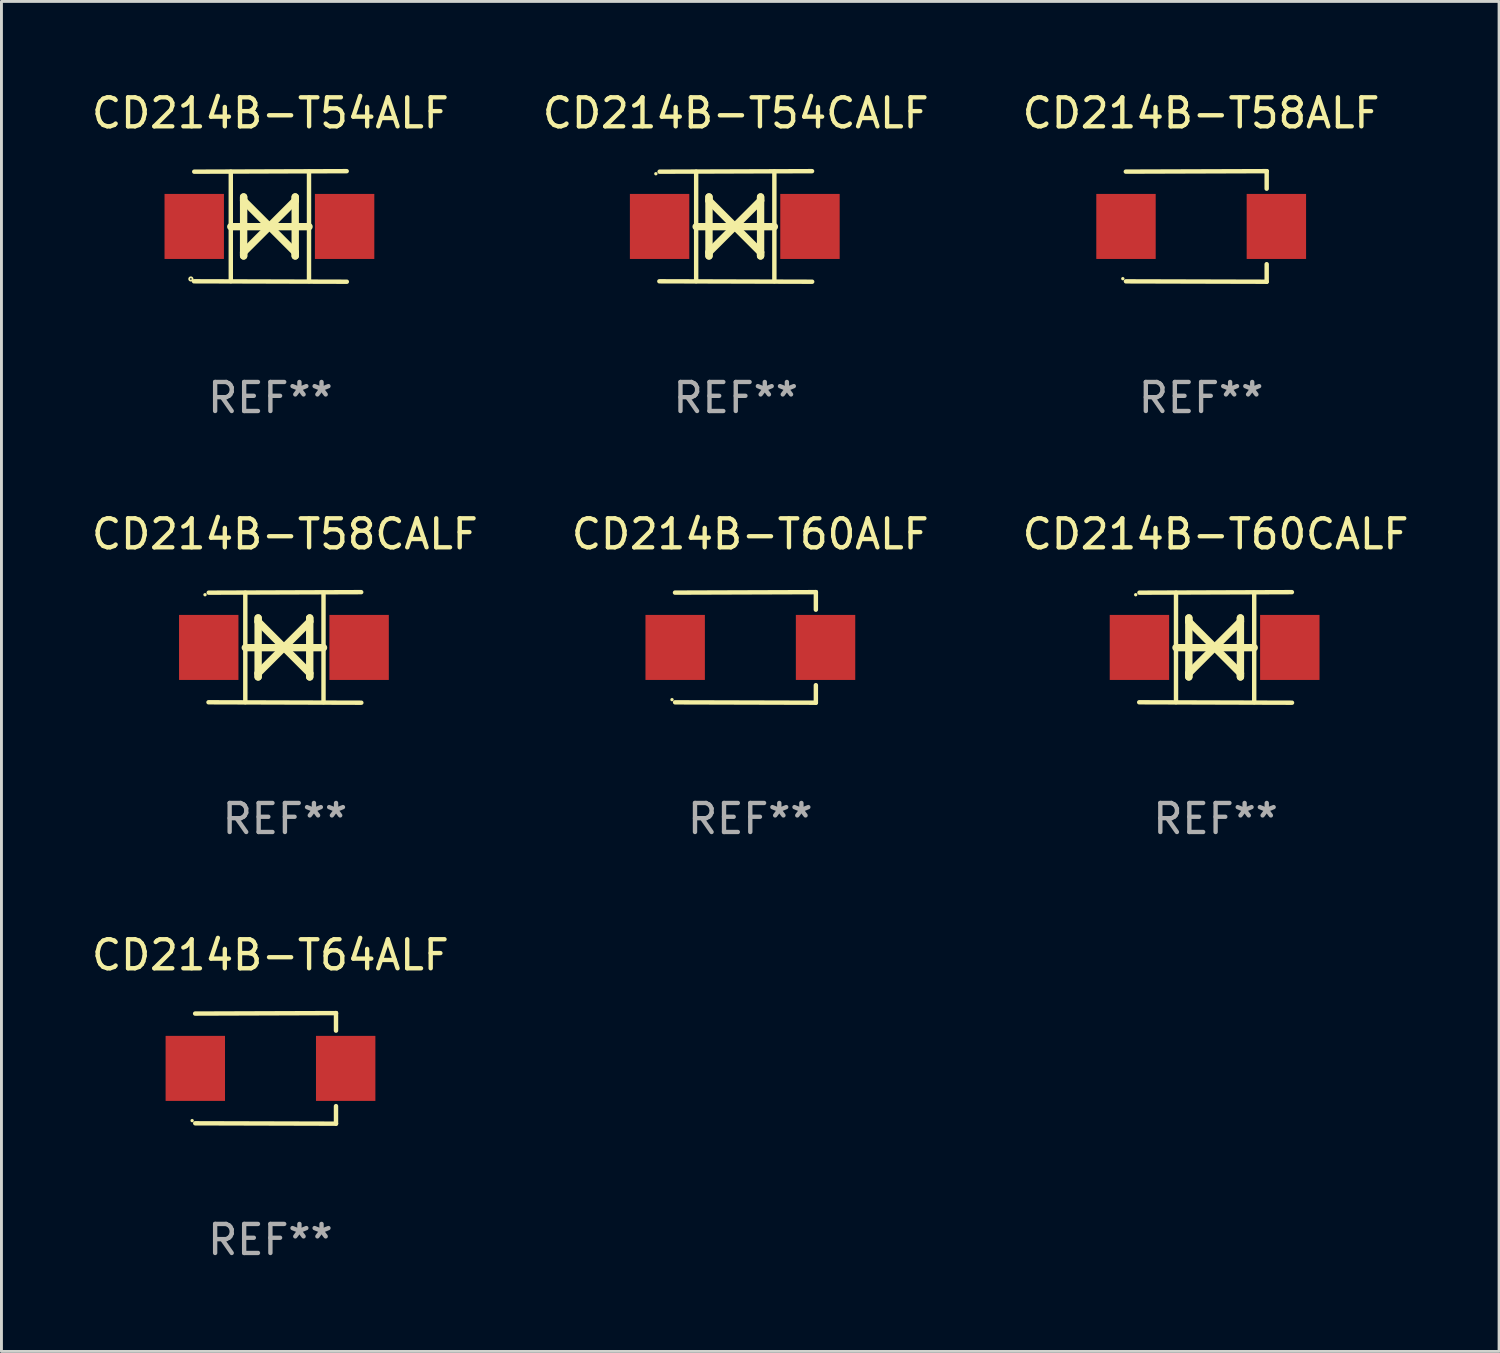
<source format=kicad_pcb>
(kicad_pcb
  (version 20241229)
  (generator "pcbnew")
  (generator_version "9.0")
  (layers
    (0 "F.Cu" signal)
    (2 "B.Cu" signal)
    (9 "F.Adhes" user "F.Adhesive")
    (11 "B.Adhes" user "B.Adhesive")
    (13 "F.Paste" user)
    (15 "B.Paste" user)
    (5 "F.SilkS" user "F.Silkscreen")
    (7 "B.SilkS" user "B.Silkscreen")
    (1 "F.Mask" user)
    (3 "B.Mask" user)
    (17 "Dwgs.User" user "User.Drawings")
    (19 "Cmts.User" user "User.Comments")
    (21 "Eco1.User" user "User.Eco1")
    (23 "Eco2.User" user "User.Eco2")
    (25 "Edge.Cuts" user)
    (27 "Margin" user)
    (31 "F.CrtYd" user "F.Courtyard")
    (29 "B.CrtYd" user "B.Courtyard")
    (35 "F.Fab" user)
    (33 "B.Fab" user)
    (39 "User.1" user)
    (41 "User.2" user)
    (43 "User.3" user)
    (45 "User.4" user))
  (footprint "CD214B-T54CALF"
    (layer "F.Cu")
    (at 22.304 4.753)
    (property "Reference" "CD214B-T54CALF" (at 0 -3.905 0) (layer "F.SilkS") (effects (font (size 1 1) (thickness 0.15))))
    (attr through_hole)
    (fp_line (start -1.365 1.886) (end -1.365 -1.886) (stroke (width 0.152) (type solid)) (layer "F.SilkS"))
    (fp_line (start -1.365 0.008) (end 1.33 0.008) (stroke (width 0.254) (type solid)) (layer "F.SilkS"))
    (fp_line (start -0.923 -1.016) (end -0.923 1.016) (stroke (width 0.254) (type solid)) (layer "F.SilkS"))
    (fp_line (start -0.923 -0.889) (end -0.923 -1.016) (stroke (width 0.254) (type solid)) (layer "F.SilkS"))
    (fp_line (start -0.923 0.889) (end -0.034 0) (stroke (width 0.254) (type solid)) (layer "F.SilkS"))
    (fp_line (start -0.923 1.016) (end -0.923 0.889) (stroke (width 0.254) (type solid)) (layer "F.SilkS"))
    (fp_line (start -0.034 0) (end -0.923 -0.889) (stroke (width 0.254) (type solid)) (layer "F.SilkS"))
    (fp_line (start -0.034 0) (end 0.855 0.889) (stroke (width 0.254) (type solid)) (layer "F.SilkS"))
    (fp_line (start 0.855 -1.016) (end 0.855 -0.889) (stroke (width 0.254) (type solid)) (layer "F.SilkS"))
    (fp_line (start 0.855 -0.889) (end -0.034 0) (stroke (width 0.254) (type solid)) (layer "F.SilkS"))
    (fp_line (start 0.855 0.889) (end 0.855 1.016) (stroke (width 0.254) (type solid)) (layer "F.SilkS"))
    (fp_line (start 0.855 1.016) (end 0.855 -1.016) (stroke (width 0.254) (type solid)) (layer "F.SilkS"))
    (fp_line (start 1.33 1.886) (end 1.33 -1.886) (stroke (width 0.152) (type solid)) (layer "F.SilkS"))
    (fp_line (start 2.629 -1.905) (end -2.625 -1.887) (stroke (width 0.152) (type solid)) (layer "F.SilkS"))
    (fp_line (start 2.633 1.905) (end -2.633 1.89) (stroke (width 0.152) (type solid)) (layer "F.SilkS"))
    (fp_circle (center -2.753 -1.816) (end -2.723 -1.816) (stroke (width 0.06) (type solid)) (fill no) (layer "F.SilkS"))
    (fp_text user "REF**" (at 0 5.905 0) (layer "F.Fab") (effects (font (size 1 1) (thickness 0.15))))
    (pad "1" smd rect (at -2.625 0) (size 2.047 2.241) (layers "F.Cu" "F.Mask" "F.Paste"))
    (pad "2" smd rect (at 2.557 0) (size 2.047 2.241) (layers "F.Cu" "F.Mask" "F.Paste")))
  (footprint "CD214B-T64ALF"
    (layer "F.Cu")
    (at 6.268 33.766)
    (property "Reference" "CD214B-T64ALF" (at 0 -3.905 0) (layer "F.SilkS") (effects (font (size 1 1) (thickness 0.15))))
    (attr through_hole)
    (fp_line (start 2.256 -1.905) (end -2.594 -1.889) (stroke (width 0.152) (type solid)) (layer "F.SilkS"))
    (fp_line (start 2.256 -1.905) (end 2.26 -1.905) (stroke (width 0.152) (type solid)) (layer "F.SilkS"))
    (fp_line (start 2.26 -1.905) (end 2.26 -1.301) (stroke (width 0.152) (type solid)) (layer "F.SilkS"))
    (fp_line (start 2.26 1.301) (end 2.26 1.905) (stroke (width 0.152) (type solid)) (layer "F.SilkS"))
    (fp_line (start 2.26 1.905) (end -2.59 1.892) (stroke (width 0.152) (type solid)) (layer "F.SilkS"))
    (fp_circle (center -2.697 1.8) (end -2.667 1.8) (stroke (width 0.06) (type solid)) (fill no) (layer "F.SilkS"))
    (fp_text user "REF**" (at 0 5.905 0) (layer "F.Fab") (effects (font (size 1 1) (thickness 0.15))))
    (pad "1" smd rect (at -2.588 0) (size 2.047 2.241) (layers "F.Cu" "F.Mask" "F.Paste"))
    (pad "2" smd rect (at 2.594 0) (size 2.047 2.241) (layers "F.Cu" "F.Mask" "F.Paste")))
  (footprint "CD214B-T58CALF"
    (layer "F.Cu")
    (at 6.768 19.26)
    (property "Reference" "CD214B-T58CALF" (at 0 -3.905 0) (layer "F.SilkS") (effects (font (size 1 1) (thickness 0.15))))
    (attr through_hole)
    (fp_line (start -1.365 1.886) (end -1.365 -1.886) (stroke (width 0.152) (type solid)) (layer "F.SilkS"))
    (fp_line (start -1.365 0.008) (end 1.33 0.008) (stroke (width 0.254) (type solid)) (layer "F.SilkS"))
    (fp_line (start -0.923 -1.016) (end -0.923 1.016) (stroke (width 0.254) (type solid)) (layer "F.SilkS"))
    (fp_line (start -0.923 -0.889) (end -0.923 -1.016) (stroke (width 0.254) (type solid)) (layer "F.SilkS"))
    (fp_line (start -0.923 0.889) (end -0.034 0) (stroke (width 0.254) (type solid)) (layer "F.SilkS"))
    (fp_line (start -0.923 1.016) (end -0.923 0.889) (stroke (width 0.254) (type solid)) (layer "F.SilkS"))
    (fp_line (start -0.034 0) (end -0.923 -0.889) (stroke (width 0.254) (type solid)) (layer "F.SilkS"))
    (fp_line (start -0.034 0) (end 0.855 0.889) (stroke (width 0.254) (type solid)) (layer "F.SilkS"))
    (fp_line (start 0.855 -1.016) (end 0.855 -0.889) (stroke (width 0.254) (type solid)) (layer "F.SilkS"))
    (fp_line (start 0.855 -0.889) (end -0.034 0) (stroke (width 0.254) (type solid)) (layer "F.SilkS"))
    (fp_line (start 0.855 0.889) (end 0.855 1.016) (stroke (width 0.254) (type solid)) (layer "F.SilkS"))
    (fp_line (start 0.855 1.016) (end 0.855 -1.016) (stroke (width 0.254) (type solid)) (layer "F.SilkS"))
    (fp_line (start 1.33 1.886) (end 1.33 -1.886) (stroke (width 0.152) (type solid)) (layer "F.SilkS"))
    (fp_line (start 2.629 -1.905) (end -2.625 -1.887) (stroke (width 0.152) (type solid)) (layer "F.SilkS"))
    (fp_line (start 2.633 1.905) (end -2.633 1.89) (stroke (width 0.152) (type solid)) (layer "F.SilkS"))
    (fp_circle (center -2.753 -1.816) (end -2.723 -1.816) (stroke (width 0.06) (type solid)) (fill no) (layer "F.SilkS"))
    (fp_text user "REF**" (at 0 5.905 0) (layer "F.Fab") (effects (font (size 1 1) (thickness 0.15))))
    (pad "1" smd rect (at -2.625 0) (size 2.047 2.241) (layers "F.Cu" "F.Mask" "F.Paste"))
    (pad "2" smd rect (at 2.557 0) (size 2.047 2.241) (layers "F.Cu" "F.Mask" "F.Paste")))
  (footprint "CD214B-T60CALF"
    (layer "F.Cu")
    (at 38.839 19.26)
    (property "Reference" "CD214B-T60CALF" (at 0 -3.905 0) (layer "F.SilkS") (effects (font (size 1 1) (thickness 0.15))))
    (attr through_hole)
    (fp_line (start -1.365 1.886) (end -1.365 -1.886) (stroke (width 0.152) (type solid)) (layer "F.SilkS"))
    (fp_line (start -1.365 0.008) (end 1.33 0.008) (stroke (width 0.254) (type solid)) (layer "F.SilkS"))
    (fp_line (start -0.923 -1.016) (end -0.923 1.016) (stroke (width 0.254) (type solid)) (layer "F.SilkS"))
    (fp_line (start -0.923 -0.889) (end -0.923 -1.016) (stroke (width 0.254) (type solid)) (layer "F.SilkS"))
    (fp_line (start -0.923 0.889) (end -0.034 0) (stroke (width 0.254) (type solid)) (layer "F.SilkS"))
    (fp_line (start -0.923 1.016) (end -0.923 0.889) (stroke (width 0.254) (type solid)) (layer "F.SilkS"))
    (fp_line (start -0.034 0) (end -0.923 -0.889) (stroke (width 0.254) (type solid)) (layer "F.SilkS"))
    (fp_line (start -0.034 0) (end 0.855 0.889) (stroke (width 0.254) (type solid)) (layer "F.SilkS"))
    (fp_line (start 0.855 -1.016) (end 0.855 -0.889) (stroke (width 0.254) (type solid)) (layer "F.SilkS"))
    (fp_line (start 0.855 -0.889) (end -0.034 0) (stroke (width 0.254) (type solid)) (layer "F.SilkS"))
    (fp_line (start 0.855 0.889) (end 0.855 1.016) (stroke (width 0.254) (type solid)) (layer "F.SilkS"))
    (fp_line (start 0.855 1.016) (end 0.855 -1.016) (stroke (width 0.254) (type solid)) (layer "F.SilkS"))
    (fp_line (start 1.33 1.886) (end 1.33 -1.886) (stroke (width 0.152) (type solid)) (layer "F.SilkS"))
    (fp_line (start 2.629 -1.905) (end -2.625 -1.887) (stroke (width 0.152) (type solid)) (layer "F.SilkS"))
    (fp_line (start 2.633 1.905) (end -2.633 1.89) (stroke (width 0.152) (type solid)) (layer "F.SilkS"))
    (fp_circle (center -2.753 -1.816) (end -2.723 -1.816) (stroke (width 0.06) (type solid)) (fill no) (layer "F.SilkS"))
    (fp_text user "REF**" (at 0 5.905 0) (layer "F.Fab") (effects (font (size 1 1) (thickness 0.15))))
    (pad "1" smd rect (at -2.625 0) (size 2.047 2.241) (layers "F.Cu" "F.Mask" "F.Paste"))
    (pad "2" smd rect (at 2.557 0) (size 2.047 2.241) (layers "F.Cu" "F.Mask" "F.Paste")))
  (footprint "CD214B-T60ALF"
    (layer "F.Cu")
    (at 22.804 19.26)
    (property "Reference" "CD214B-T60ALF" (at 0 -3.905 0) (layer "F.SilkS") (effects (font (size 1 1) (thickness 0.15))))
    (attr through_hole)
    (fp_line (start 2.256 -1.905) (end -2.594 -1.889) (stroke (width 0.152) (type solid)) (layer "F.SilkS"))
    (fp_line (start 2.256 -1.905) (end 2.26 -1.905) (stroke (width 0.152) (type solid)) (layer "F.SilkS"))
    (fp_line (start 2.26 -1.905) (end 2.26 -1.301) (stroke (width 0.152) (type solid)) (layer "F.SilkS"))
    (fp_line (start 2.26 1.301) (end 2.26 1.905) (stroke (width 0.152) (type solid)) (layer "F.SilkS"))
    (fp_line (start 2.26 1.905) (end -2.59 1.892) (stroke (width 0.152) (type solid)) (layer "F.SilkS"))
    (fp_circle (center -2.697 1.8) (end -2.667 1.8) (stroke (width 0.06) (type solid)) (fill no) (layer "F.SilkS"))
    (fp_text user "REF**" (at 0 5.905 0) (layer "F.Fab") (effects (font (size 1 1) (thickness 0.15))))
    (pad "1" smd rect (at -2.588 0) (size 2.047 2.241) (layers "F.Cu" "F.Mask" "F.Paste"))
    (pad "2" smd rect (at 2.594 0) (size 2.047 2.241) (layers "F.Cu" "F.Mask" "F.Paste")))
  (footprint "CD214B-T54ALF"
    (layer "F.Cu")
    (at 6.268 4.753)
    (property "Reference" "CD214B-T54ALF" (at 0 -3.905 0) (layer "F.SilkS") (effects (font (size 1 1) (thickness 0.15))))
    (attr through_hole)
    (fp_line (start -1.365 1.886) (end -1.365 -1.886) (stroke (width 0.152) (type solid)) (layer "F.SilkS"))
    (fp_line (start -1.365 0.008) (end 1.33 0.008) (stroke (width 0.254) (type solid)) (layer "F.SilkS"))
    (fp_line (start -0.923 -1.016) (end -0.923 1.016) (stroke (width 0.254) (type solid)) (layer "F.SilkS"))
    (fp_line (start -0.923 -0.889) (end -0.923 -1.016) (stroke (width 0.254) (type solid)) (layer "F.SilkS"))
    (fp_line (start -0.923 0.889) (end -0.034 0) (stroke (width 0.254) (type solid)) (layer "F.SilkS"))
    (fp_line (start -0.923 1.016) (end -0.923 0.889) (stroke (width 0.254) (type solid)) (layer "F.SilkS"))
    (fp_line (start -0.034 0) (end -0.923 -0.889) (stroke (width 0.254) (type solid)) (layer "F.SilkS"))
    (fp_line (start -0.034 0) (end 0.855 0.889) (stroke (width 0.254) (type solid)) (layer "F.SilkS"))
    (fp_line (start 0.855 -1.016) (end 0.855 -0.889) (stroke (width 0.254) (type solid)) (layer "F.SilkS"))
    (fp_line (start 0.855 -0.889) (end -0.034 0) (stroke (width 0.254) (type solid)) (layer "F.SilkS"))
    (fp_line (start 0.855 0.889) (end 0.855 1.016) (stroke (width 0.254) (type solid)) (layer "F.SilkS"))
    (fp_line (start 0.855 1.016) (end 0.855 -1.016) (stroke (width 0.254) (type solid)) (layer "F.SilkS"))
    (fp_line (start 1.33 1.886) (end 1.33 -1.886) (stroke (width 0.152) (type solid)) (layer "F.SilkS"))
    (fp_line (start 2.629 -1.905) (end -2.625 -1.887) (stroke (width 0.152) (type solid)) (layer "F.SilkS"))
    (fp_line (start 2.633 1.905) (end -2.633 1.89) (stroke (width 0.152) (type solid)) (layer "F.SilkS"))
    (fp_circle (center -2.741 1.81) (end -2.712 1.81) (stroke (width 0.06) (type solid)) (fill no) (layer "F.SilkS"))
    (fp_text user "REF**" (at 0 5.905 0) (layer "F.Fab") (effects (font (size 1 1) (thickness 0.15))))
    (pad "1" smd rect (at -2.625 0) (size 2.047 2.241) (layers "F.Cu" "F.Mask" "F.Paste"))
    (pad "2" smd rect (at 2.557 0) (size 2.047 2.241) (layers "F.Cu" "F.Mask" "F.Paste")))
  (footprint "CD214B-T58ALF"
    (layer "F.Cu")
    (at 38.339 4.753)
    (property "Reference" "CD214B-T58ALF" (at 0 -3.905 0) (layer "F.SilkS") (effects (font (size 1 1) (thickness 0.15))))
    (attr through_hole)
    (fp_line (start 2.256 -1.905) (end -2.594 -1.889) (stroke (width 0.152) (type solid)) (layer "F.SilkS"))
    (fp_line (start 2.256 -1.905) (end 2.26 -1.905) (stroke (width 0.152) (type solid)) (layer "F.SilkS"))
    (fp_line (start 2.26 -1.905) (end 2.26 -1.301) (stroke (width 0.152) (type solid)) (layer "F.SilkS"))
    (fp_line (start 2.26 1.301) (end 2.26 1.905) (stroke (width 0.152) (type solid)) (layer "F.SilkS"))
    (fp_line (start 2.26 1.905) (end -2.59 1.892) (stroke (width 0.152) (type solid)) (layer "F.SilkS"))
    (fp_circle (center -2.697 1.8) (end -2.667 1.8) (stroke (width 0.06) (type solid)) (fill no) (layer "F.SilkS"))
    (fp_text user "REF**" (at 0 5.905 0) (layer "F.Fab") (effects (font (size 1 1) (thickness 0.15))))
    (pad "1" smd rect (at -2.588 0) (size 2.047 2.241) (layers "F.Cu" "F.Mask" "F.Paste"))
    (pad "2" smd rect (at 2.594 0) (size 2.047 2.241) (layers "F.Cu" "F.Mask" "F.Paste")))
  (gr_rect
    (start -3 -3)
    (end 48.607 43.52)
    (stroke (width 0.1) (type default))
    (fill no)
    (layer "Edge.Cuts")))
</source>
